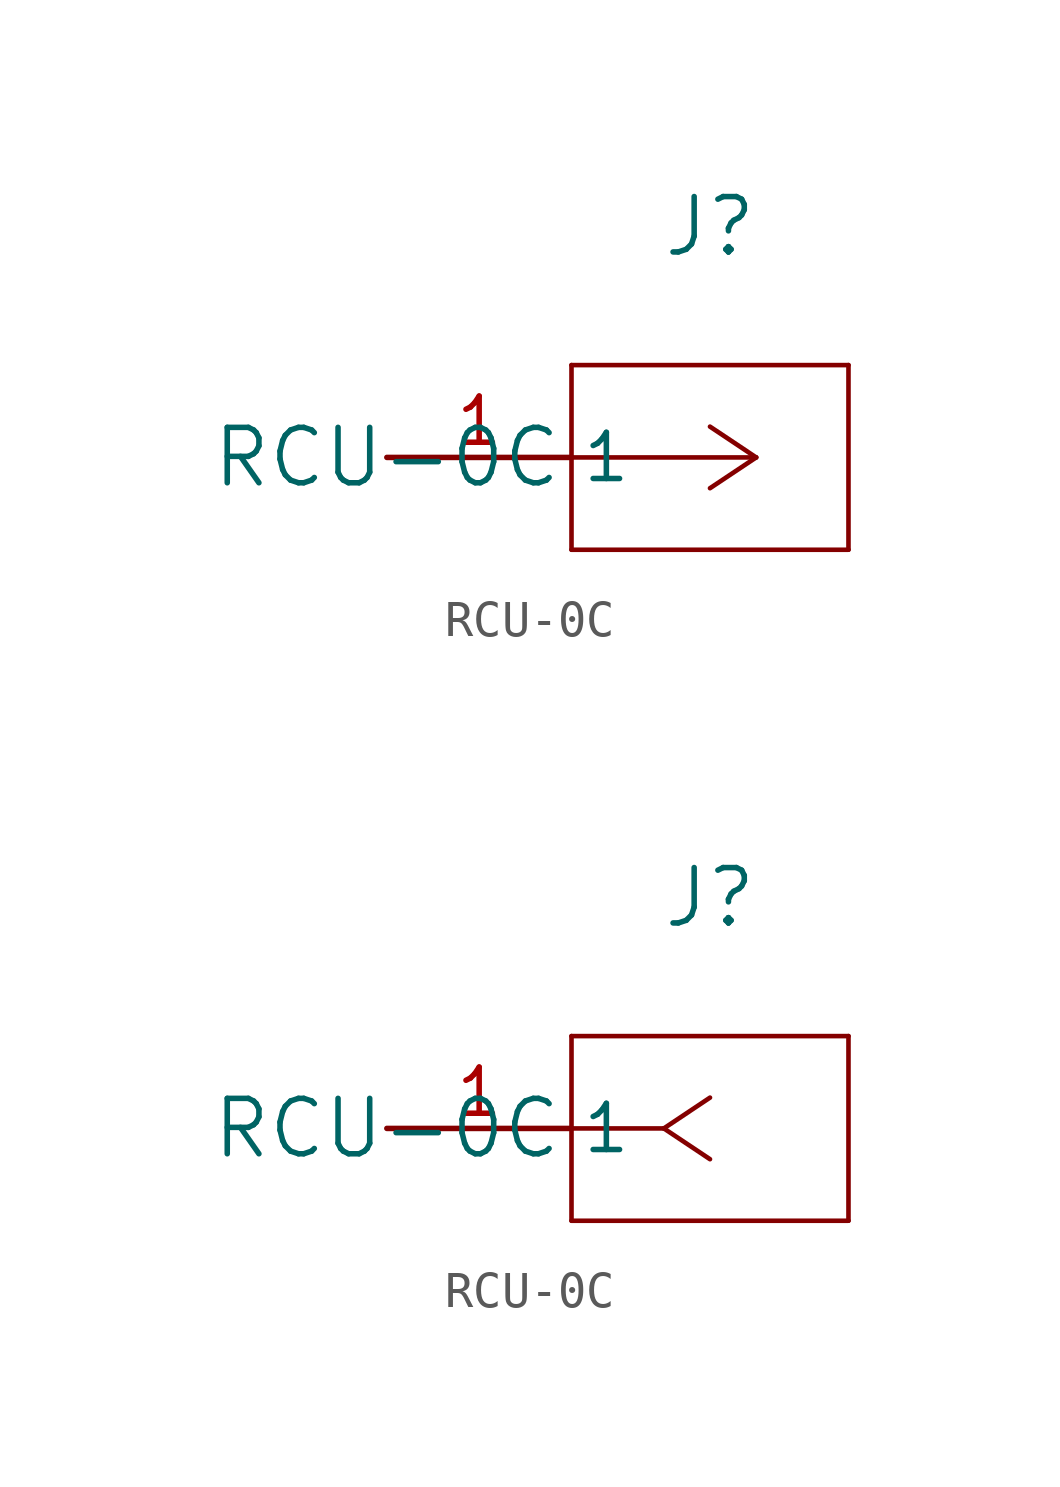
<source format=kicad_sym>
(kicad_symbol_lib
  (version 20211014)
  (generator kicad_symbol_editor)
  (symbol "RCU-0C"
    (pin_names
      (offset 0.254))
    (property "Reference" "J"
      (at 8.89 6.35 0)
      (effects (font (size 1.524 1.524))))
    (property "Value" "RCU-0C"
      (at 0 0 0)
      (effects (font (size 1.524 1.524))))
    (symbol "RCU-0C_1_1"
      (polyline (pts (xy 10.16 0) (xy 5.08 0)) (stroke (width 0.127) (type default) (color 0 0 0 0)) (fill (type none)))
      (polyline (pts (xy 10.16 0) (xy 8.89 0.847)) (stroke (width 0.127) (type default) (color 0 0 0 0)) (fill (type none)))
      (polyline (pts (xy 10.16 0) (xy 8.89 -0.847)) (stroke (width 0.127) (type default) (color 0 0 0 0)) (fill (type none)))
      (polyline (pts (xy 5.08 2.54) (xy 5.08 -2.54)) (stroke (width 0.127) (type default) (color 0 0 0 0)) (fill (type none)))
      (polyline (pts (xy 5.08 -2.54) (xy 12.7 -2.54)) (stroke (width 0.127) (type default) (color 0 0 0 0)) (fill (type none)))
      (polyline (pts (xy 12.7 -2.54) (xy 12.7 2.54)) (stroke (width 0.127) (type default) (color 0 0 0 0)) (fill (type none)))
      (polyline (pts (xy 12.7 2.54) (xy 5.08 2.54)) (stroke (width 0.127) (type default) (color 0 0 0 0)) (fill (type none)))
      (pin unspecified line (at 0 0 0) (length 5.08) (name "1" (effects (font (size 1.27 1.27)))) (number "1" (effects (font (size 1.27 1.27))))))
    (symbol "RCU-0C_1_2"
      (polyline (pts (xy 7.62 0) (xy 5.08 0)) (stroke (width 0.127) (type default) (color 0 0 0 0)) (fill (type none)))
      (polyline (pts (xy 7.62 0) (xy 8.89 0.847)) (stroke (width 0.127) (type default) (color 0 0 0 0)) (fill (type none)))
      (polyline (pts (xy 7.62 0) (xy 8.89 -0.847)) (stroke (width 0.127) (type default) (color 0 0 0 0)) (fill (type none)))
      (polyline (pts (xy 5.08 2.54) (xy 5.08 -2.54)) (stroke (width 0.127) (type default) (color 0 0 0 0)) (fill (type none)))
      (polyline (pts (xy 5.08 -2.54) (xy 12.7 -2.54)) (stroke (width 0.127) (type default) (color 0 0 0 0)) (fill (type none)))
      (polyline (pts (xy 12.7 -2.54) (xy 12.7 2.54)) (stroke (width 0.127) (type default) (color 0 0 0 0)) (fill (type none)))
      (polyline (pts (xy 12.7 2.54) (xy 5.08 2.54)) (stroke (width 0.127) (type default) (color 0 0 0 0)) (fill (type none)))
      (pin unspecified line (at 0 0 0) (length 5.08) (name "1" (effects (font (size 1.27 1.27)))) (number "1" (effects (font (size 1.27 1.27))))))))
</source>
